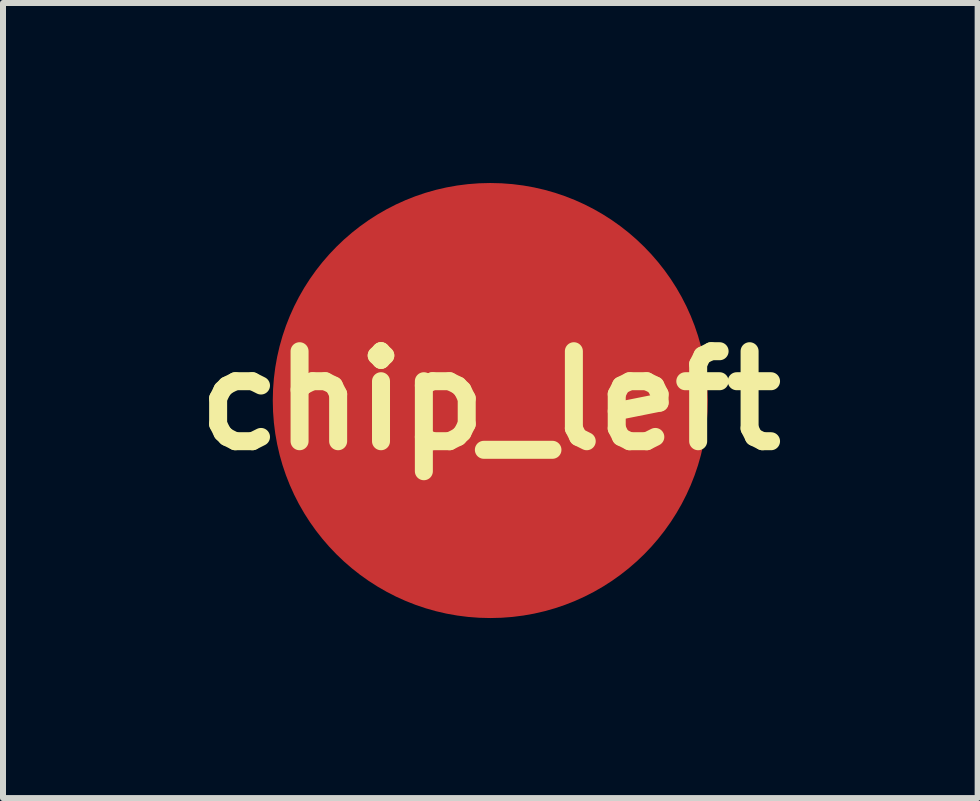
<source format=kicad_pcb>
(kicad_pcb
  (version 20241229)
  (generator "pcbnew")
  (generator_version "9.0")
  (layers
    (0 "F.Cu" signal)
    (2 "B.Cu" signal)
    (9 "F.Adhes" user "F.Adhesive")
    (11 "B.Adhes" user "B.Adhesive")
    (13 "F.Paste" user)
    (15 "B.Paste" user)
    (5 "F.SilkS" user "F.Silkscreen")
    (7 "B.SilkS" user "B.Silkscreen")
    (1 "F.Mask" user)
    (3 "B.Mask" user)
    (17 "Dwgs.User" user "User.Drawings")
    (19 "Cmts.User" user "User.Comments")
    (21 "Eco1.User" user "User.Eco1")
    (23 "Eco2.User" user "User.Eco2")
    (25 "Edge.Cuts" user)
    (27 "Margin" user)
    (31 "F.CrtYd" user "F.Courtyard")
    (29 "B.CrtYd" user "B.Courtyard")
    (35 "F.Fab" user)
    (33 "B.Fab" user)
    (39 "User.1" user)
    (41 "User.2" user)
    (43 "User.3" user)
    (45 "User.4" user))
  (footprint "chip_left"
    (layer "F.Cu")
    (at 5.121 3.625)
    (property "Reference" "chip_left" (at 0 0 0) (layer "F.SilkS") (effects (font (size 1.5 1.5) (thickness 0.3))))
    (attr board_only exclude_from_pos_files exclude_from_bom)
    (fp_poly (pts (xy 0.124 -3.497) (xy 0.242 -3.491) (xy 0.359 -3.481) (xy 0.476 -3.467) (xy 0.512 -3.462) (xy 0.627 -3.443) (xy 0.741 -3.421) (xy 0.855 -3.394) (xy 0.967 -3.364) (xy 1.078 -3.33) (xy 1.188 -3.293) (xy 1.297 -3.251) (xy 1.404 -3.207) (xy 1.51 -3.158) (xy 1.614 -3.106) (xy 1.716 -3.051) (xy 1.816 -2.992) (xy 1.915 -2.93) (xy 2.011 -2.864) (xy 2.106 -2.796) (xy 2.198 -2.723) (xy 2.278 -2.658) (xy 2.302 -2.637) (xy 2.324 -2.617) (xy 2.346 -2.597) (xy 2.368 -2.577) (xy 2.39 -2.556) (xy 2.413 -2.534) (xy 2.438 -2.51) (xy 2.464 -2.484) (xy 2.474 -2.474) (xy 2.507 -2.441) (xy 2.538 -2.409) (xy 2.567 -2.379) (xy 2.594 -2.35) (xy 2.62 -2.321) (xy 2.645 -2.292) (xy 2.671 -2.262) (xy 2.697 -2.231) (xy 2.723 -2.198) (xy 2.731 -2.189) (xy 2.803 -2.096) (xy 2.872 -2.001) (xy 2.938 -1.903) (xy 3 -1.804) (xy 3.059 -1.702) (xy 3.114 -1.599) (xy 3.166 -1.495) (xy 3.214 -1.388) (xy 3.259 -1.28) (xy 3.3 -1.17) (xy 3.337 -1.059) (xy 3.367 -0.958) (xy 3.397 -0.846) (xy 3.423 -0.732) (xy 3.446 -0.618) (xy 3.464 -0.503) (xy 3.479 -0.388) (xy 3.49 -0.273) (xy 3.491 -0.251) (xy 3.497 -0.156) (xy 3.499 -0.06) (xy 3.5 0.036) (xy 3.498 0.131) (xy 3.493 0.223) (xy 3.484 0.341) (xy 3.47 0.458) (xy 3.453 0.574) (xy 3.432 0.69) (xy 3.407 0.804) (xy 3.379 0.917) (xy 3.346 1.029) (xy 3.31 1.14) (xy 3.271 1.25) (xy 3.227 1.358) (xy 3.18 1.465) (xy 3.129 1.57) (xy 3.075 1.674) (xy 3.017 1.776) (xy 2.956 1.876) (xy 2.946 1.891) (xy 2.881 1.989) (xy 2.812 2.085) (xy 2.74 2.178) (xy 2.666 2.269) (xy 2.588 2.357) (xy 2.508 2.442) (xy 2.425 2.525) (xy 2.339 2.605) (xy 2.25 2.681) (xy 2.159 2.755) (xy 2.065 2.826) (xy 1.969 2.894) (xy 1.87 2.959) (xy 1.798 3.004) (xy 1.696 3.062) (xy 1.593 3.118) (xy 1.488 3.169) (xy 1.382 3.217) (xy 1.274 3.261) (xy 1.165 3.302) (xy 1.054 3.339) (xy 0.942 3.372) (xy 0.83 3.401) (xy 0.716 3.427) (xy 0.601 3.449) (xy 0.485 3.467) (xy 0.369 3.481) (xy 0.252 3.491) (xy 0.205 3.494) (xy 0.157 3.497) (xy 0.107 3.498) (xy 0.055 3.499) (xy 0.002 3.5) (xy -0.05 3.5) (xy -0.099 3.499) (xy -0.124 3.498) (xy -0.242 3.492) (xy -0.359 3.482) (xy -0.475 3.468) (xy -0.591 3.45) (xy -0.706 3.429) (xy -0.819 3.403) (xy -0.932 3.374) (xy -1.044 3.341) (xy -1.155 3.305) (xy -1.264 3.264) (xy -1.373 3.22) (xy -1.479 3.173) (xy -1.584 3.121) (xy -1.688 3.067) (xy -1.79 3.008) (xy -1.849 2.972) (xy -1.946 2.909) (xy -2.042 2.843) (xy -2.135 2.773) (xy -2.227 2.7) (xy -2.316 2.624) (xy -2.393 2.554) (xy -2.407 2.54) (xy -2.424 2.524) (xy -2.443 2.506) (xy -2.462 2.486) (xy -2.482 2.466) (xy -2.503 2.446) (xy -2.522 2.425) (xy -2.541 2.406) (xy -2.559 2.388) (xy -2.575 2.371) (xy -2.588 2.356) (xy -2.588 2.356) (xy -2.667 2.266) (xy -2.742 2.174) (xy -2.814 2.08) (xy -2.883 1.985) (xy -2.948 1.887) (xy -3.01 1.787) (xy -3.068 1.685) (xy -3.122 1.582) (xy -3.174 1.477) (xy -3.221 1.37) (xy -3.265 1.261) (xy -3.306 1.151) (xy -3.343 1.039) (xy -3.376 0.925) (xy -3.386 0.887) (xy -3.41 0.792) (xy -3.431 0.694) (xy -3.449 0.594) (xy -3.465 0.493) (xy -3.478 0.392) (xy -3.488 0.291) (xy -3.492 0.227) (xy -3.494 0.192) (xy -3.496 0.155) (xy -3.497 0.116) (xy -3.498 0.076) (xy -3.499 0.035) (xy -3.499 -0.005) (xy -3.499 -0.006) (xy -3.058 -0.006) (xy -3.057 0.072) (xy -3.055 0.149) (xy -3.051 0.21) (xy -3.041 0.32) (xy -3.028 0.429) (xy -3.011 0.537) (xy -2.99 0.645) (xy -2.965 0.751) (xy -2.937 0.856) (xy -2.904 0.96) (xy -2.869 1.062) (xy -2.829 1.163) (xy -2.786 1.263) (xy -2.74 1.361) (xy -2.689 1.457) (xy -2.636 1.552) (xy -2.579 1.645) (xy -2.518 1.736) (xy -2.454 1.825) (xy -2.389 1.91) (xy -2.323 1.988) (xy -2.255 2.065) (xy -2.184 2.14) (xy -2.111 2.212) (xy -2.036 2.282) (xy -1.969 2.34) (xy -1.883 2.41) (xy -1.795 2.476) (xy -1.705 2.539) (xy -1.613 2.599) (xy -1.519 2.655) (xy -1.423 2.708) (xy -1.325 2.757) (xy -1.226 2.803) (xy -1.125 2.845) (xy -1.022 2.884) (xy -0.97 2.901) (xy -0.874 2.932) (xy -0.778 2.959) (xy -0.682 2.982) (xy -0.585 3.003) (xy -0.511 3.016) (xy -0.461 3.024) (xy -0.412 3.031) (xy -0.363 3.037) (xy -0.314 3.043) (xy -0.264 3.047) (xy -0.212 3.051) (xy -0.157 3.055) (xy -0.118 3.057) (xy -0.11 3.057) (xy -0.098 3.057) (xy -0.083 3.057) (xy -0.065 3.057) (xy -0.046 3.058) (xy -0.026 3.058) (xy -0.004 3.058) (xy 0.017 3.058) (xy 0.039 3.057) (xy 0.059 3.057) (xy 0.079 3.057) (xy 0.097 3.057) (xy 0.112 3.057) (xy 0.125 3.056) (xy 0.134 3.056) (xy 0.241 3.049) (xy 0.347 3.039) (xy 0.452 3.026) (xy 0.555 3.009) (xy 0.658 2.988) (xy 0.745 2.967) (xy 0.85 2.939) (xy 0.955 2.907) (xy 1.058 2.871) (xy 1.159 2.831) (xy 1.259 2.789) (xy 1.357 2.742) (xy 1.453 2.692) (xy 1.548 2.639) (xy 1.64 2.582) (xy 1.731 2.522) (xy 1.819 2.459) (xy 1.905 2.393) (xy 1.989 2.324) (xy 2.071 2.251) (xy 2.15 2.176) (xy 2.226 2.097) (xy 2.3 2.016) (xy 2.372 1.932) (xy 2.39 1.909) (xy 2.457 1.822) (xy 2.521 1.733) (xy 2.581 1.642) (xy 2.638 1.55) (xy 2.692 1.455) (xy 2.742 1.358) (xy 2.788 1.26) (xy 2.831 1.161) (xy 2.87 1.059) (xy 2.906 0.957) (xy 2.938 0.853) (xy 2.967 0.748) (xy 2.991 0.642) (xy 3.012 0.535) (xy 3.029 0.427) (xy 3.042 0.319) (xy 3.048 0.26) (xy 3.05 0.239) (xy 3.051 0.219) (xy 3.052 0.202) (xy 3.054 0.185) (xy 3.054 0.169) (xy 3.055 0.153) (xy 3.056 0.137) (xy 3.056 0.119) (xy 3.057 0.101) (xy 3.057 0.08) (xy 3.057 0.057) (xy 3.057 0.031) (xy 3.057 0.001) (xy 3.057 -0.002) (xy 3.057 -0.04) (xy 3.057 -0.075) (xy 3.056 -0.108) (xy 3.055 -0.138) (xy 3.054 -0.166) (xy 3.053 -0.193) (xy 3.051 -0.22) (xy 3.049 -0.247) (xy 3.047 -0.274) (xy 3.044 -0.303) (xy 3.041 -0.333) (xy 3.038 -0.359) (xy 3.024 -0.467) (xy 3.005 -0.574) (xy 2.983 -0.679) (xy 2.958 -0.784) (xy 2.928 -0.887) (xy 2.895 -0.989) (xy 2.859 -1.089) (xy 2.819 -1.188) (xy 2.776 -1.285) (xy 2.73 -1.381) (xy 2.68 -1.474) (xy 2.627 -1.566) (xy 2.571 -1.656) (xy 2.512 -1.744) (xy 2.45 -1.83) (xy 2.385 -1.914) (xy 2.318 -1.996) (xy 2.247 -2.075) (xy 2.174 -2.151) (xy 2.098 -2.226) (xy 2.019 -2.297) (xy 1.938 -2.366) (xy 1.854 -2.433) (xy 1.767 -2.496) (xy 1.679 -2.557) (xy 1.588 -2.614) (xy 1.495 -2.669) (xy 1.399 -2.72) (xy 1.302 -2.768) (xy 1.202 -2.813) (xy 1.195 -2.816) (xy 1.094 -2.857) (xy 0.991 -2.894) (xy 0.888 -2.927) (xy 0.783 -2.957) (xy 0.678 -2.983) (xy 0.571 -3.005) (xy 0.464 -3.023) (xy 0.356 -3.038) (xy 0.247 -3.048) (xy 0.138 -3.055) (xy 0.029 -3.058) (xy -0.081 -3.057) (xy -0.191 -3.052) (xy -0.3 -3.043) (xy -0.343 -3.039) (xy -0.451 -3.025) (xy -0.559 -3.007) (xy -0.666 -2.985) (xy -0.772 -2.96) (xy -0.876 -2.93) (xy -0.98 -2.898) (xy -1.082 -2.861) (xy -1.183 -2.821) (xy -1.282 -2.777) (xy -1.38 -2.729) (xy -1.476 -2.679) (xy -1.57 -2.624) (xy -1.663 -2.567) (xy -1.753 -2.506) (xy -1.842 -2.441) (xy -1.912 -2.387) (xy -1.997 -2.316) (xy -2.078 -2.243) (xy -2.157 -2.167) (xy -2.233 -2.089) (xy -2.306 -2.008) (xy -2.376 -1.925) (xy -2.443 -1.84) (xy -2.506 -1.752) (xy -2.567 -1.663) (xy -2.624 -1.572) (xy -2.677 -1.478) (xy -2.728 -1.383) (xy -2.775 -1.286) (xy -2.818 -1.188) (xy -2.859 -1.088) (xy -2.895 -0.987) (xy -2.928 -0.884) (xy -2.957 -0.78) (xy -2.983 -0.675) (xy -3.005 -0.568) (xy -3.023 -0.461) (xy -3.038 -0.353) (xy -3.048 -0.244) (xy -3.049 -0.237) (xy -3.054 -0.162) (xy -3.057 -0.084) (xy -3.058 -0.006) (xy -3.499 -0.006) (xy -3.499 -0.045) (xy -3.498 -0.082) (xy -3.498 -0.117) (xy -3.496 -0.149) (xy -3.489 -0.269) (xy -3.478 -0.388) (xy -3.463 -0.506) (xy -3.444 -0.622) (xy -3.422 -0.737) (xy -3.395 -0.851) (xy -3.365 -0.963) (xy -3.332 -1.074) (xy -3.294 -1.184) (xy -3.253 -1.293) (xy -3.208 -1.401) (xy -3.159 -1.507) (xy -3.106 -1.613) (xy -3.058 -1.702) (xy -3 -1.802) (xy -2.938 -1.901) (xy -2.873 -1.998) (xy -2.805 -2.093) (xy -2.733 -2.185) (xy -2.658 -2.276) (xy -2.581 -2.363) (xy -2.5 -2.448) (xy -2.417 -2.531) (xy -2.331 -2.61) (xy -2.282 -2.653) (xy -2.191 -2.729) (xy -2.099 -2.8) (xy -2.004 -2.869) (xy -1.907 -2.935) (xy -1.808 -2.997) (xy -1.706 -3.056) (xy -1.604 -3.111) (xy -1.499 -3.163) (xy -1.392 -3.211) (xy -1.284 -3.256) (xy -1.175 -3.297) (xy -1.064 -3.335) (xy -1.029 -3.346) (xy -0.917 -3.378) (xy -0.804 -3.407) (xy -0.69 -3.431) (xy -0.575 -3.452) (xy -0.46 -3.469) (xy -0.344 -3.483) (xy -0.227 -3.492) (xy -0.11 -3.498) (xy 0.007 -3.499)) (stroke (width 0) (type solid)) (fill yes) (layer "F.Mask"))
    (fp_poly (pts (xy -0.073 -1.786) (xy -0.012 -1.783) (xy 0.048 -1.779) (xy 0.084 -1.776) (xy 0.176 -1.764) (xy 0.266 -1.749) (xy 0.356 -1.73) (xy 0.444 -1.707) (xy 0.531 -1.681) (xy 0.616 -1.651) (xy 0.701 -1.617) (xy 0.783 -1.58) (xy 0.864 -1.54) (xy 0.943 -1.496) (xy 1.02 -1.448) (xy 1.096 -1.398) (xy 1.169 -1.344) (xy 1.24 -1.287) (xy 1.309 -1.227) (xy 1.375 -1.163) (xy 1.439 -1.097) (xy 1.489 -1.042) (xy 1.547 -0.972) (xy 1.601 -0.9) (xy 1.653 -0.825) (xy 1.702 -0.748) (xy 1.747 -0.67) (xy 1.788 -0.589) (xy 1.827 -0.507) (xy 1.862 -0.424) (xy 1.893 -0.339) (xy 1.92 -0.253) (xy 1.944 -0.166) (xy 1.965 -0.078) (xy 1.981 0.011) (xy 1.994 0.1) (xy 2 0.16) (xy 2.002 0.18) (xy 2.003 0.199) (xy 2.004 0.215) (xy 2.005 0.231) (xy 2.006 0.247) (xy 2.007 0.264) (xy 2.007 0.282) (xy 2.008 0.303) (xy 2.008 0.326) (xy 2.008 0.328) (xy 2.008 0.402) (xy 2.006 0.474) (xy 2.001 0.544) (xy 1.994 0.614) (xy 1.985 0.683) (xy 1.974 0.748) (xy 1.972 0.76) (xy 1.969 0.774) (xy 1.966 0.788) (xy 1.963 0.802) (xy 1.961 0.816) (xy 1.958 0.829) (xy 1.956 0.839) (xy 1.954 0.847) (xy 1.952 0.853) (xy 1.952 0.853) (xy 1.952 0.854) (xy 1.954 0.855) (xy 1.958 0.856) (xy 1.964 0.857) (xy 1.974 0.857) (xy 2.018 0.862) (xy 2.062 0.871) (xy 2.105 0.883) (xy 2.146 0.899) (xy 2.186 0.918) (xy 2.225 0.941) (xy 2.261 0.967) (xy 2.295 0.996) (xy 2.301 1.001) (xy 2.329 1.031) (xy 2.355 1.063) (xy 2.379 1.098) (xy 2.399 1.135) (xy 2.417 1.173) (xy 2.431 1.211) (xy 2.438 1.236) (xy 2.44 1.244) (xy 2.442 1.251) (xy 2.443 1.255) (xy 2.443 1.257) (xy 2.441 1.257) (xy 2.435 1.259) (xy 2.426 1.261) (xy 2.414 1.263) (xy 2.4 1.266) (xy 2.384 1.27) (xy 2.365 1.274) (xy 2.345 1.279) (xy 2.324 1.283) (xy 2.319 1.284) (xy 2.297 1.289) (xy 2.277 1.293) (xy 2.258 1.298) (xy 2.241 1.301) (xy 2.226 1.305) (xy 2.213 1.307) (xy 2.203 1.31) (xy 2.197 1.311) (xy 2.194 1.312) (xy 2.193 1.312) (xy 2.194 1.313) (xy 2.196 1.317) (xy 2.202 1.323) (xy 2.209 1.331) (xy 2.22 1.342) (xy 2.233 1.355) (xy 2.244 1.366) (xy 2.258 1.38) (xy 2.269 1.391) (xy 2.279 1.4) (xy 2.286 1.407) (xy 2.291 1.413) (xy 2.295 1.418) (xy 2.299 1.423) (xy 2.301 1.426) (xy 2.303 1.43) (xy 2.305 1.434) (xy 2.312 1.453) (xy 2.315 1.473) (xy 2.315 1.493) (xy 2.31 1.513) (xy 2.304 1.526) (xy 2.294 1.542) (xy 2.282 1.556) (xy 2.267 1.568) (xy 2.25 1.576) (xy 2.233 1.581) (xy 2.22 1.583) (xy 2.215 1.583) (xy 2.207 1.583) (xy 2.196 1.583) (xy 2.183 1.582) (xy 2.168 1.582) (xy 2.152 1.582) (xy 2.144 1.582) (xy 2.08 1.58) (xy 2.083 1.585) (xy 2.084 1.587) (xy 2.088 1.593) (xy 2.093 1.601) (xy 2.099 1.612) (xy 2.107 1.625) (xy 2.117 1.64) (xy 2.127 1.656) (xy 2.137 1.674) (xy 2.149 1.692) (xy 2.15 1.693) (xy 2.163 1.715) (xy 2.174 1.733) (xy 2.183 1.748) (xy 2.191 1.761) (xy 2.197 1.772) (xy 2.202 1.78) (xy 2.206 1.786) (xy 2.208 1.791) (xy 2.21 1.795) (xy 2.21 1.797) (xy 2.211 1.799) (xy 2.21 1.8) (xy 2.21 1.8) (xy 2.205 1.803) (xy 2.198 1.807) (xy 2.188 1.812) (xy 2.177 1.817) (xy 2.165 1.823) (xy 2.152 1.829) (xy 2.14 1.834) (xy 2.129 1.839) (xy 2.119 1.843) (xy 2.115 1.844) (xy 2.085 1.854) (xy 2.053 1.862) (xy 2.023 1.867) (xy 2.012 1.869) (xy 1.997 1.87) (xy 1.98 1.871) (xy 1.961 1.871) (xy 1.942 1.871) (xy 1.923 1.871) (xy 1.906 1.87) (xy 1.89 1.869) (xy 1.877 1.868) (xy 1.873 1.867) (xy 1.827 1.858) (xy 1.784 1.845) (xy 1.742 1.829) (xy 1.702 1.809) (xy 1.663 1.785) (xy 1.627 1.759) (xy 1.593 1.728) (xy 1.561 1.695) (xy 1.56 1.694) (xy 1.556 1.69) (xy 1.553 1.686) (xy 1.552 1.686) (xy 1.551 1.687) (xy 1.547 1.691) (xy 1.542 1.697) (xy 1.535 1.705) (xy 1.528 1.714) (xy 1.527 1.716) (xy 1.467 1.786) (xy 1.404 1.854) (xy 1.339 1.918) (xy 1.271 1.98) (xy 1.2 2.039) (xy 1.127 2.095) (xy 1.089 2.122) (xy 1.078 2.129) (xy 1.068 2.136) (xy 1.06 2.142) (xy 1.053 2.147) (xy 1.049 2.15) (xy 1.049 2.15) (xy 1.048 2.152) (xy 1.046 2.154) (xy 1.044 2.158) (xy 1.041 2.164) (xy 1.038 2.171) (xy 1.034 2.181) (xy 1.029 2.193) (xy 1.024 2.207) (xy 1.017 2.224) (xy 1.009 2.243) (xy 1.001 2.266) (xy 0.991 2.291) (xy 0.979 2.32) (xy 0.967 2.353) (xy 0.967 2.353) (xy 0.956 2.38) (xy 0.946 2.406) (xy 0.936 2.431) (xy 0.927 2.454) (xy 0.919 2.476) (xy 0.911 2.496) (xy 0.904 2.513) (xy 0.898 2.528) (xy 0.893 2.541) (xy 0.89 2.55) (xy 0.887 2.556) (xy 0.886 2.559) (xy 0.877 2.574) (xy 0.865 2.589) (xy 0.852 2.603) (xy 0.837 2.616) (xy 0.825 2.624) (xy 0.817 2.628) (xy 0.807 2.633) (xy 0.797 2.637) (xy 0.793 2.638) (xy 0.784 2.641) (xy 0.777 2.642) (xy 0.769 2.644) (xy 0.759 2.644) (xy 0.749 2.645) (xy 0.733 2.645) (xy 0.72 2.644) (xy 0.711 2.643) (xy 0.71 2.643) (xy 0.686 2.635) (xy 0.664 2.625) (xy 0.644 2.611) (xy 0.626 2.595) (xy 0.611 2.576) (xy 0.601 2.559) (xy 0.599 2.555) (xy 0.596 2.547) (xy 0.592 2.537) (xy 0.587 2.524) (xy 0.581 2.509) (xy 0.575 2.494) (xy 0.568 2.477) (xy 0.567 2.474) (xy 0.561 2.458) (xy 0.555 2.443) (xy 0.55 2.43) (xy 0.545 2.418) (xy 0.542 2.409) (xy 0.54 2.403) (xy 0.538 2.4) (xy 0.538 2.4) (xy 0.537 2.4) (xy 0.534 2.4) (xy 0.529 2.401) (xy 0.521 2.404) (xy 0.51 2.407) (xy 0.496 2.411) (xy 0.493 2.412) (xy 0.467 2.42) (xy 0.437 2.429) (xy 0.407 2.437) (xy 0.376 2.445) (xy 0.346 2.452) (xy 0.34 2.453) (xy 0.249 2.472) (xy 0.158 2.486) (xy 0.066 2.497) (xy -0.026 2.504) (xy -0.118 2.506) (xy -0.21 2.505) (xy -0.302 2.5) (xy -0.394 2.491) (xy -0.485 2.478) (xy -0.534 2.47) (xy -0.567 2.464) (xy -0.6 2.456) (xy -0.635 2.448) (xy -0.67 2.44) (xy -0.704 2.431) (xy -0.737 2.422) (xy -0.767 2.413) (xy -0.795 2.404) (xy -0.805 2.401) (xy -0.819 2.396) (xy -0.823 2.406) (xy -0.828 2.42) (xy -0.833 2.434) (xy -0.839 2.45) (xy -0.846 2.465) (xy -0.852 2.481) (xy -0.858 2.496) (xy -0.863 2.509) (xy -0.868 2.521) (xy -0.872 2.531) (xy -0.875 2.538) (xy -0.876 2.542) (xy -0.877 2.543) (xy -0.887 2.56) (xy -0.9 2.576) (xy -0.916 2.591) (xy -0.929 2.602) (xy -0.949 2.613) (xy -0.971 2.621) (xy -0.994 2.627) (xy -1.018 2.628) (xy -1.042 2.627) (xy -1.066 2.622) (xy -1.079 2.617) (xy -1.1 2.607) (xy -1.119 2.593) (xy -1.137 2.577) (xy -1.152 2.558) (xy -1.161 2.543) (xy -1.162 2.54) (xy -1.164 2.534) (xy -1.168 2.525) (xy -1.173 2.513) (xy -1.179 2.498) (xy -1.185 2.481) (xy -1.193 2.462) (xy -1.201 2.441) (xy -1.21 2.419) (xy -1.219 2.395) (xy -1.228 2.371) (xy -1.238 2.346) (xy -1.248 2.32) (xy -1.258 2.294) (xy -1.268 2.268) (xy -1.278 2.243) (xy -1.288 2.219) (xy -1.297 2.195) (xy -1.305 2.173) (xy -1.311 2.158) (xy -1.335 2.142) (xy -1.401 2.095) (xy -1.466 2.046) (xy -1.531 1.993) (xy -1.569 1.96) (xy -1.579 1.95) (xy -1.592 1.938) (xy -1.607 1.924) (xy -1.623 1.909) (xy -1.64 1.892) (xy -1.657 1.875) (xy -1.674 1.858) (xy -1.69 1.842) (xy -1.705 1.826) (xy -1.719 1.811) (xy -1.731 1.799) (xy -1.738 1.791) (xy -1.793 1.726) (xy -1.845 1.662) (xy -1.893 1.596) (xy -1.938 1.53) (xy -1.981 1.461) (xy -2.021 1.39) (xy -2.059 1.317) (xy -2.059 1.317) (xy -2.081 1.272) (xy -2.101 1.23) (xy -2.119 1.188) (xy -2.136 1.146) (xy -2.152 1.103) (xy -2.168 1.058) (xy -2.176 1.035) (xy -2.203 0.947) (xy -2.226 0.859) (xy -2.245 0.769) (xy -2.261 0.679) (xy -2.272 0.588) (xy -2.28 0.497) (xy -2.284 0.406) (xy -2.284 0.314) (xy -2.28 0.222) (xy -2.272 0.131) (xy -2.26 0.039) (xy -2.246 -0.049) (xy -2.238 -0.087) (xy -2.333 -0.302) (xy -1.543 -0.302) (xy -1.542 -0.298) (xy -1.54 -0.274) (xy -1.533 -0.253) (xy -1.523 -0.232) (xy -1.51 -0.213) (xy -1.503 -0.205) (xy -1.485 -0.189) (xy -1.465 -0.176) (xy -1.443 -0.166) (xy -1.427 -0.162) (xy -1.414 -0.16) (xy -1.4 -0.159) (xy -1.384 -0.159) (xy -1.371 -0.161) (xy -1.366 -0.162) (xy -1.343 -0.168) (xy -1.322 -0.178) (xy -1.302 -0.192) (xy -1.292 -0.201) (xy -1.289 -0.205) (xy -1.097 -0.205) (xy -1.095 -0.188) (xy -1.091 -0.17) (xy -1.086 -0.152) (xy -1.079 -0.135) (xy -1.078 -0.134) (xy -1.07 -0.119) (xy -1.06 -0.105) (xy -1.049 -0.092) (xy -1.041 -0.084) (xy -1.021 -0.068) (xy -0.999 -0.054) (xy -0.976 -0.044) (xy -0.957 -0.039) (xy -0.947 -0.037) (xy -0.935 -0.037) (xy -0.921 -0.036) (xy -0.907 -0.037) (xy -0.893 -0.037) (xy -0.881 -0.039) (xy -0.874 -0.04) (xy -0.848 -0.05) (xy -0.825 -0.062) (xy -0.804 -0.077) (xy -0.785 -0.095) (xy -0.77 -0.115) (xy -0.757 -0.137) (xy -0.748 -0.162) (xy -0.742 -0.187) (xy -0.741 -0.201) (xy -0.74 -0.216) (xy -0.743 -0.229) (xy -0.747 -0.24) (xy -0.754 -0.249) (xy -0.765 -0.259) (xy -0.778 -0.265) (xy -0.791 -0.268) (xy -0.804 -0.267) (xy -0.817 -0.263) (xy -0.828 -0.257) (xy -0.838 -0.247) (xy -0.842 -0.241) (xy -0.846 -0.233) (xy -0.848 -0.223) (xy -0.849 -0.216) (xy -0.851 -0.202) (xy -0.854 -0.191) (xy -0.858 -0.181) (xy -0.863 -0.173) (xy -0.873 -0.162) (xy -0.886 -0.153) (xy -0.901 -0.147) (xy -0.916 -0.145) (xy -0.922 -0.145) (xy -0.937 -0.147) (xy -0.95 -0.152) (xy -0.961 -0.16) (xy -0.965 -0.163) (xy -0.975 -0.174) (xy -0.982 -0.186) (xy -0.986 -0.2) (xy -0.987 -0.212) (xy -0.99 -0.228) (xy -0.995 -0.241) (xy -1.003 -0.251) (xy -1.013 -0.259) (xy -1.02 -0.263) (xy -1.033 -0.267) (xy -1.046 -0.268) (xy -1.059 -0.265) (xy -1.071 -0.26) (xy -1.082 -0.252) (xy -1.09 -0.241) (xy -1.093 -0.233) (xy -1.096 -0.22) (xy -1.097 -0.205) (xy -1.289 -0.205) (xy -1.277 -0.219) (xy -1.264 -0.239) (xy -1.255 -0.26) (xy -1.25 -0.282) (xy -1.248 -0.305) (xy -1.248 -0.307) (xy -0.589 -0.307) (xy -0.589 -0.299) (xy -0.586 -0.275) (xy -0.579 -0.253) (xy -0.569 -0.232) (xy -0.555 -0.213) (xy -0.549 -0.205) (xy -0.531 -0.189) (xy -0.512 -0.176) (xy -0.491 -0.167) (xy -0.476 -0.162) (xy -0.462 -0.16) (xy -0.446 -0.159) (xy -0.43 -0.16) (xy -0.414 -0.161) (xy -0.4 -0.164) (xy -0.4 -0.165) (xy -0.377 -0.174) (xy -0.357 -0.186) (xy -0.339 -0.2) (xy -0.324 -0.217) (xy -0.312 -0.236) (xy -0.302 -0.256) (xy -0.296 -0.278) (xy -0.294 -0.301) (xy -0.295 -0.324) (xy -0.295 -0.325) (xy -0.301 -0.349) (xy -0.309 -0.371) (xy -0.321 -0.39) (xy -0.334 -0.408) (xy -0.35 -0.422) (xy -0.368 -0.434) (xy -0.388 -0.444) (xy -0.409 -0.45) (xy -0.43 -0.453) (xy -0.452 -0.453) (xy -0.475 -0.45) (xy -0.497 -0.443) (xy -0.519 -0.432) (xy -0.519 -0.432) (xy -0.525 -0.428) (xy -0.533 -0.422) (xy -0.541 -0.414) (xy -0.547 -0.409) (xy -0.555 -0.401) (xy -0.561 -0.394) (xy -0.566 -0.386) (xy -0.571 -0.377) (xy -0.573 -0.372) (xy -0.58 -0.355) (xy -0.585 -0.34) (xy -0.588 -0.324) (xy -0.589 -0.307) (xy -1.248 -0.307) (xy -1.25 -0.327) (xy -1.256 -0.352) (xy -1.265 -0.374) (xy -1.277 -0.394) (xy -1.293 -0.412) (xy -1.311 -0.427) (xy -1.331 -0.439) (xy -1.354 -0.448) (xy -1.359 -0.45) (xy -1.37 -0.452) (xy -1.383 -0.453) (xy -1.397 -0.453) (xy -1.411 -0.453) (xy -1.424 -0.451) (xy -1.432 -0.45) (xy -1.452 -0.443) (xy -1.472 -0.432) (xy -1.49 -0.419) (xy -1.506 -0.405) (xy -1.518 -0.389) (xy -1.529 -0.369) (xy -1.537 -0.348) (xy -1.542 -0.326) (xy -1.543 -0.302) (xy -2.333 -0.302) (xy -2.336 -0.308) (xy -2.348 -0.337) (xy -2.36 -0.364) (xy -2.372 -0.391) (xy -2.383 -0.416) (xy -2.393 -0.44) (xy -2.403 -0.462) (xy -2.411 -0.482) (xy -2.419 -0.499) (xy -2.425 -0.514) (xy -2.431 -0.527) (xy -2.434 -0.536) (xy -2.437 -0.543) (xy -2.437 -0.543) (xy 0.301 -0.543) (xy 0.302 -0.515) (xy 0.306 -0.487) (xy 0.314 -0.46) (xy 0.317 -0.453) (xy 0.319 -0.449) (xy 0.322 -0.442) (xy 0.327 -0.431) (xy 0.332 -0.418) (xy 0.339 -0.402) (xy 0.347 -0.384) (xy 0.356 -0.364) (xy 0.366 -0.342) (xy 0.376 -0.318) (xy 0.387 -0.294) (xy 0.398 -0.268) (xy 0.41 -0.241) (xy 0.422 -0.213) (xy 0.435 -0.186) (xy 0.447 -0.158) (xy 0.459 -0.13) (xy 0.471 -0.103) (xy 0.483 -0.076) (xy 0.495 -0.05) (xy 0.506 -0.025) (xy 0.516 -0.002) (xy 0.526 0.02) (xy 0.534 0.04) (xy 0.542 0.058) (xy 0.549 0.074) (xy 0.555 0.087) (xy 0.56 0.097) (xy 0.563 0.104) (xy 0.565 0.108) (xy 0.565 0.109) (xy 0.571 0.117) (xy 0.579 0.125) (xy 0.589 0.132) (xy 0.594 0.134) (xy 0.606 0.136) (xy 0.619 0.136) (xy 0.631 0.134) (xy 0.643 0.128) (xy 0.653 0.119) (xy 0.661 0.108) (xy 0.666 0.096) (xy 0.667 0.083) (xy 0.666 0.07) (xy 0.665 0.067) (xy 0.662 0.061) (xy 0.658 0.052) (xy 0.653 0.039) (xy 0.646 0.024) (xy 0.638 0.006) (xy 0.629 -0.015) (xy 0.62 -0.037) (xy 0.609 -0.062) (xy 0.597 -0.088) (xy 0.585 -0.116) (xy 0.572 -0.146) (xy 0.559 -0.176) (xy 0.545 -0.208) (xy 0.539 -0.221) (xy 0.525 -0.253) (xy 0.511 -0.284) (xy 0.498 -0.314) (xy 0.486 -0.342) (xy 0.474 -0.37) (xy 0.463 -0.395) (xy 0.452 -0.418) (xy 0.443 -0.44) (xy 0.435 -0.459) (xy 0.428 -0.476) (xy 0.422 -0.489) (xy 0.417 -0.5) (xy 0.414 -0.508) (xy 0.413 -0.513) (xy 0.412 -0.513) (xy 0.411 -0.524) (xy 0.411 -0.537) (xy 0.412 -0.551) (xy 0.414 -0.563) (xy 0.416 -0.569) (xy 0.424 -0.587) (xy 0.436 -0.603) (xy 0.45 -0.616) (xy 0.466 -0.627) (xy 0.484 -0.635) (xy 0.487 -0.636) (xy 0.498 -0.638) (xy 0.51 -0.639) (xy 0.523 -0.639) (xy 0.535 -0.638) (xy 0.539 -0.637) (xy 0.542 -0.636) (xy 0.548 -0.633) (xy 0.558 -0.629) (xy 0.57 -0.624) (xy 0.586 -0.617) (xy 0.604 -0.609) (xy 0.624 -0.6) (xy 0.646 -0.591) (xy 0.671 -0.58) (xy 0.697 -0.568) (xy 0.725 -0.556) (xy 0.754 -0.543) (xy 0.785 -0.53) (xy 0.817 -0.516) (xy 0.832 -0.509) (xy 1.116 -0.384) (xy 1.132 -0.384) (xy 1.143 -0.384) (xy 1.151 -0.386) (xy 1.159 -0.389) (xy 1.166 -0.394) (xy 1.169 -0.397) (xy 1.178 -0.407) (xy 1.183 -0.419) (xy 1.186 -0.431) (xy 1.185 -0.444) (xy 1.182 -0.457) (xy 1.177 -0.468) (xy 1.168 -0.478) (xy 1.161 -0.483) (xy 1.158 -0.484) (xy 1.152 -0.487) (xy 1.142 -0.492) (xy 1.13 -0.497) (xy 1.114 -0.504) (xy 1.097 -0.512) (xy 1.077 -0.521) (xy 1.055 -0.531) (xy 1.032 -0.541) (xy 1.007 -0.552) (xy 0.981 -0.563) (xy 0.954 -0.575) (xy 0.926 -0.588) (xy 0.898 -0.6) (xy 0.87 -0.613) (xy 0.841 -0.625) (xy 0.813 -0.637) (xy 0.785 -0.65) (xy 0.758 -0.661) (xy 0.732 -0.673) (xy 0.708 -0.684) (xy 0.684 -0.694) (xy 0.663 -0.703) (xy 0.643 -0.712) (xy 0.626 -0.719) (xy 0.611 -0.726) (xy 0.599 -0.731) (xy 0.59 -0.735) (xy 0.583 -0.737) (xy 0.581 -0.738) (xy 0.554 -0.745) (xy 0.526 -0.749) (xy 0.498 -0.748) (xy 0.47 -0.744) (xy 0.443 -0.736) (xy 0.421 -0.727) (xy 0.396 -0.712) (xy 0.372 -0.694) (xy 0.352 -0.674) (xy 0.335 -0.651) (xy 0.321 -0.626) (xy 0.311 -0.599) (xy 0.304 -0.572) (xy 0.301 -0.543) (xy -2.437 -0.543) (xy -2.438 -0.545) (xy -2.441 -0.561) (xy -2.442 -0.578) (xy -2.442 -0.596) (xy -2.44 -0.613) (xy -2.438 -0.624) (xy -2.429 -0.648) (xy -2.417 -0.67) (xy -2.402 -0.69) (xy -2.384 -0.707) (xy -2.364 -0.721) (xy -2.341 -0.733) (xy -2.329 -0.737) (xy -2.31 -0.741) (xy -2.289 -0.743) (xy -2.268 -0.743) (xy -2.247 -0.74) (xy -2.228 -0.734) (xy -2.227 -0.734) (xy -2.223 -0.732) (xy -2.216 -0.729) (xy -2.207 -0.725) (xy -2.194 -0.72) (xy -2.18 -0.714) (xy -2.165 -0.707) (xy -2.148 -0.699) (xy -2.134 -0.693) (xy -2.116 -0.685) (xy -2.1 -0.678) (xy -2.084 -0.671) (xy -2.071 -0.665) (xy -2.059 -0.66) (xy -2.05 -0.656) (xy -2.044 -0.654) (xy -2.042 -0.652) (xy -2.034 -0.649) (xy -2.017 -0.679) (xy -1.971 -0.759) (xy -1.921 -0.836) (xy -1.868 -0.911) (xy -1.812 -0.984) (xy -1.753 -1.054) (xy -1.691 -1.122) (xy -1.627 -1.187) (xy -1.559 -1.249) (xy -1.49 -1.308) (xy -1.417 -1.364) (xy -1.342 -1.417) (xy -1.265 -1.467) (xy -1.236 -1.485) (xy -1.212 -1.499) (xy -1.191 -1.511) (xy -1.172 -1.522) (xy -1.152 -1.533) (xy -1.132 -1.543) (xy -1.11 -1.554) (xy -1.086 -1.566) (xy -1.086 -1.567) (xy -1.002 -1.606) (xy -0.917 -1.641) (xy -0.831 -1.673) (xy -0.744 -1.7) (xy -0.656 -1.724) (xy -0.566 -1.744) (xy -0.476 -1.761) (xy -0.385 -1.773) (xy -0.316 -1.78) (xy -0.258 -1.784) (xy -0.197 -1.786) (xy -0.135 -1.787)) (stroke (width 0) (type solid)) (fill yes) (layer "F.Mask"))
    (pad "1" smd circle (at 0 0) (size 7.25 7.25) (layers "F.Cu")))
  (gr_rect
    (start -3 -3)
    (end 13.243 10.25)
    (stroke (width 0.1) (type default))
    (fill no)
    (layer "Edge.Cuts")))
</source>
